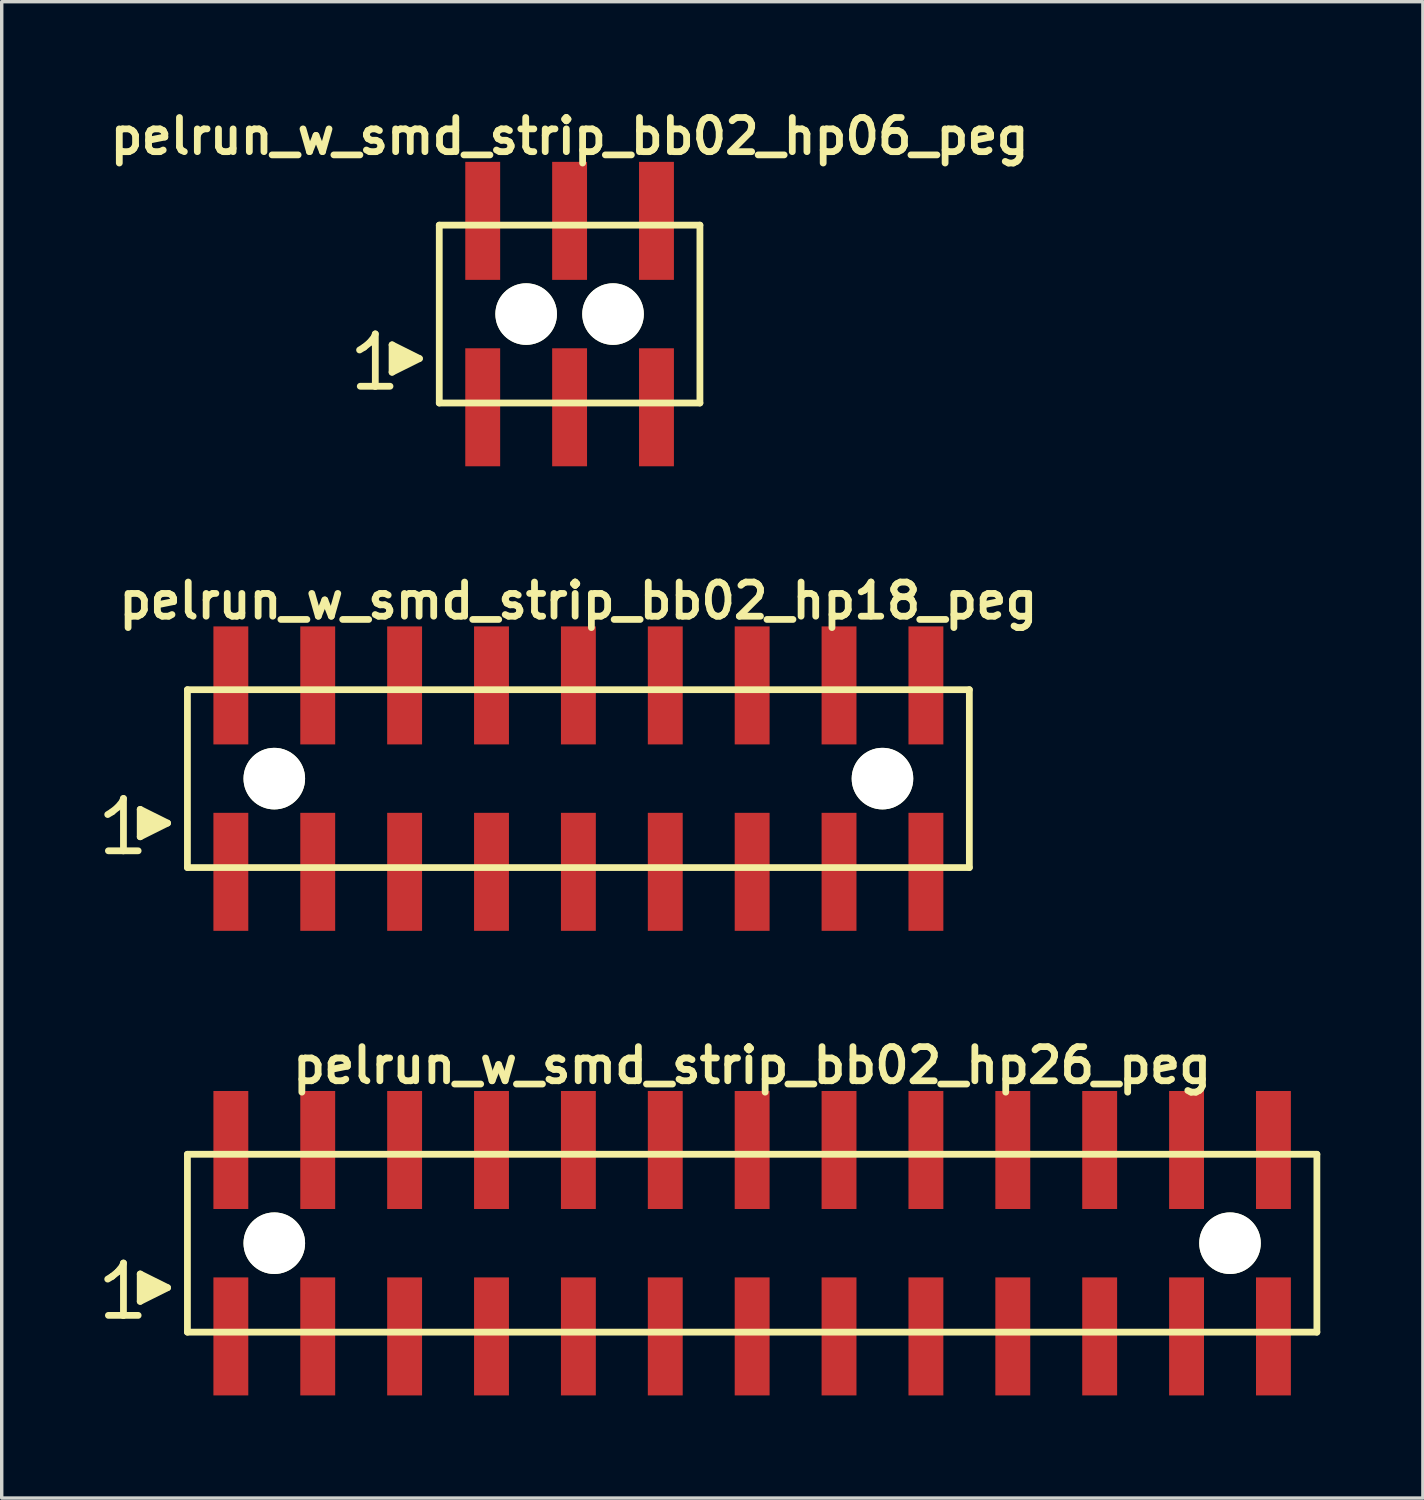
<source format=kicad_pcb>
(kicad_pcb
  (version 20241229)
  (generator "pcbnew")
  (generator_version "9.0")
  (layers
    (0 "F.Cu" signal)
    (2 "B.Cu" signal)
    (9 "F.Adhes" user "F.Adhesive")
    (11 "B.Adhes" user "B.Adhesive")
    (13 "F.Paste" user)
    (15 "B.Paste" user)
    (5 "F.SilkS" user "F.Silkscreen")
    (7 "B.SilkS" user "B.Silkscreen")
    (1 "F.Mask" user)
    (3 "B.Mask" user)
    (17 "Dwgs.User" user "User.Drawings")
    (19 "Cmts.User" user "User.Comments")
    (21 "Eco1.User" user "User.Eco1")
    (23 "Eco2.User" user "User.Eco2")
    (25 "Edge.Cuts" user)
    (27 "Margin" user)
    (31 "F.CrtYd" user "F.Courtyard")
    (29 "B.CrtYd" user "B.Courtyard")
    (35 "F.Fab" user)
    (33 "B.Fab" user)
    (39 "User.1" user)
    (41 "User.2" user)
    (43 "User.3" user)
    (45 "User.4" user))
  (footprint "pelrun_w_smd_strip_bb02_hp06_peg"
    (layer "F.Cu")
    (at 13.602 6.132)
    (property "Reference" "pelrun_w_smd_strip_bb02_hp06_peg" (at 0 -5.2 0) (layer "F.SilkS") (effects (font (size 0.998 0.998) (thickness 0.198))))
    (attr through_hole)
    (fp_line (start -6.14 1.05) (end -6.01 0.97) (stroke (width 0.198) (type solid)) (layer "F.SilkS"))
    (fp_line (start -6.01 0.97) (end -5.85 0.84) (stroke (width 0.198) (type solid)) (layer "F.SilkS"))
    (fp_line (start -5.85 0.84) (end -5.71 0.67) (stroke (width 0.198) (type solid)) (layer "F.SilkS"))
    (fp_line (start -5.71 0.67) (end -5.68 0.58) (stroke (width 0.198) (type solid)) (layer "F.SilkS"))
    (fp_line (start -5.68 0.58) (end -5.68 2.11) (stroke (width 0.198) (type solid)) (layer "F.SilkS"))
    (fp_line (start -5.68 2.11) (end -6.12 2.11) (stroke (width 0.198) (type solid)) (layer "F.SilkS"))
    (fp_line (start -5.25 2.11) (end -5.69 2.11) (stroke (width 0.198) (type solid)) (layer "F.SilkS"))
    (fp_line (start -5.19 0.9) (end -4.39 1.3) (stroke (width 0.198) (type solid)) (layer "F.SilkS"))
    (fp_line (start -5.19 1.7) (end -5.19 0.9) (stroke (width 0.198) (type solid)) (layer "F.SilkS"))
    (fp_line (start -5.09 1.6) (end -5.09 1) (stroke (width 0.198) (type solid)) (layer "F.SilkS"))
    (fp_line (start -4.99 1.1) (end -4.99 1.5) (stroke (width 0.198) (type solid)) (layer "F.SilkS"))
    (fp_line (start -4.89 1.5) (end -4.89 1.1) (stroke (width 0.198) (type solid)) (layer "F.SilkS"))
    (fp_line (start -4.79 1.2) (end -4.79 1.4) (stroke (width 0.198) (type solid)) (layer "F.SilkS"))
    (fp_line (start -4.69 1.4) (end -4.69 1.2) (stroke (width 0.198) (type solid)) (layer "F.SilkS"))
    (fp_line (start -4.39 1.3) (end -5.19 1.7) (stroke (width 0.198) (type solid)) (layer "F.SilkS"))
    (fp_line (start -3.81 -2.6) (end -3.81 2.6) (stroke (width 0.198) (type solid)) (layer "F.SilkS"))
    (fp_line (start -3.81 -2.6) (end 3.81 -2.6) (stroke (width 0.198) (type solid)) (layer "F.SilkS"))
    (fp_line (start 3.81 2.6) (end -3.81 2.6) (stroke (width 0.198) (type solid)) (layer "F.SilkS"))
    (fp_line (start 3.81 2.6) (end 3.81 -2.6) (stroke (width 0.198) (type solid)) (layer "F.SilkS"))
    (pad "" np_thru_hole circle (at -1.27 0) (size 1.8 1.8) (drill 1.8) (layers "*.Cu" "*.Mask" "F.SilkS"))
    (pad "" np_thru_hole circle (at 1.27 0) (size 1.8 1.8) (drill 1.8) (layers "*.Cu" "*.Mask" "F.SilkS"))
    (pad "1" smd rect (at -2.54 2.725) (size 1.02 3.45) (layers "F.Cu" "F.Mask" "F.Paste"))
    (pad "2" smd rect (at -2.54 -2.725) (size 1.02 3.45) (layers "F.Cu" "F.Mask" "F.Paste"))
    (pad "3" smd rect (at 0 2.725) (size 1.02 3.45) (layers "F.Cu" "F.Mask" "F.Paste"))
    (pad "4" smd rect (at 0 -2.725) (size 1.02 3.45) (layers "F.Cu" "F.Mask" "F.Paste"))
    (pad "5" smd rect (at 2.54 2.725) (size 1.02 3.45) (layers "F.Cu" "F.Mask" "F.Paste"))
    (pad "6" smd rect (at 2.54 -2.725) (size 1.02 3.45) (layers "F.Cu" "F.Mask" "F.Paste")))
  (footprint "pelrun_w_smd_strip_bb02_hp18_peg"
    (layer "F.Cu")
    (at 13.859 19.713)
    (property "Reference" "pelrun_w_smd_strip_bb02_hp18_peg" (at 0 -5.2 0) (layer "F.SilkS") (effects (font (size 0.998 0.998) (thickness 0.198))))
    (attr through_hole)
    (fp_line (start -13.76 1.05) (end -13.63 0.97) (stroke (width 0.198) (type solid)) (layer "F.SilkS"))
    (fp_line (start -13.63 0.97) (end -13.47 0.84) (stroke (width 0.198) (type solid)) (layer "F.SilkS"))
    (fp_line (start -13.47 0.84) (end -13.33 0.67) (stroke (width 0.198) (type solid)) (layer "F.SilkS"))
    (fp_line (start -13.33 0.67) (end -13.3 0.58) (stroke (width 0.198) (type solid)) (layer "F.SilkS"))
    (fp_line (start -13.3 0.58) (end -13.3 2.11) (stroke (width 0.198) (type solid)) (layer "F.SilkS"))
    (fp_line (start -13.3 2.11) (end -13.74 2.11) (stroke (width 0.198) (type solid)) (layer "F.SilkS"))
    (fp_line (start -12.87 2.11) (end -13.31 2.11) (stroke (width 0.198) (type solid)) (layer "F.SilkS"))
    (fp_line (start -12.81 0.9) (end -12.01 1.3) (stroke (width 0.198) (type solid)) (layer "F.SilkS"))
    (fp_line (start -12.81 1.7) (end -12.81 0.9) (stroke (width 0.198) (type solid)) (layer "F.SilkS"))
    (fp_line (start -12.71 1.6) (end -12.71 1) (stroke (width 0.198) (type solid)) (layer "F.SilkS"))
    (fp_line (start -12.61 1.1) (end -12.61 1.5) (stroke (width 0.198) (type solid)) (layer "F.SilkS"))
    (fp_line (start -12.51 1.5) (end -12.51 1.1) (stroke (width 0.198) (type solid)) (layer "F.SilkS"))
    (fp_line (start -12.41 1.2) (end -12.41 1.4) (stroke (width 0.198) (type solid)) (layer "F.SilkS"))
    (fp_line (start -12.31 1.4) (end -12.31 1.2) (stroke (width 0.198) (type solid)) (layer "F.SilkS"))
    (fp_line (start -12.01 1.3) (end -12.81 1.7) (stroke (width 0.198) (type solid)) (layer "F.SilkS"))
    (fp_line (start -11.43 -2.6) (end -11.43 2.6) (stroke (width 0.198) (type solid)) (layer "F.SilkS"))
    (fp_line (start -11.43 -2.6) (end 11.43 -2.6) (stroke (width 0.198) (type solid)) (layer "F.SilkS"))
    (fp_line (start 11.43 2.6) (end -11.43 2.6) (stroke (width 0.198) (type solid)) (layer "F.SilkS"))
    (fp_line (start 11.43 2.6) (end 11.43 -2.6) (stroke (width 0.198) (type solid)) (layer "F.SilkS"))
    (pad "" np_thru_hole circle (at -8.89 0) (size 1.8 1.8) (drill 1.8) (layers "*.Cu" "*.Mask" "F.SilkS"))
    (pad "" np_thru_hole circle (at 8.89 0) (size 1.8 1.8) (drill 1.8) (layers "*.Cu" "*.Mask" "F.SilkS"))
    (pad "1" smd rect (at -10.16 2.725) (size 1.02 3.45) (layers "F.Cu" "F.Mask" "F.Paste"))
    (pad "2" smd rect (at -10.16 -2.725) (size 1.02 3.45) (layers "F.Cu" "F.Mask" "F.Paste"))
    (pad "3" smd rect (at -7.62 2.725) (size 1.02 3.45) (layers "F.Cu" "F.Mask" "F.Paste"))
    (pad "4" smd rect (at -7.62 -2.725) (size 1.02 3.45) (layers "F.Cu" "F.Mask" "F.Paste"))
    (pad "5" smd rect (at -5.08 2.725) (size 1.02 3.45) (layers "F.Cu" "F.Mask" "F.Paste"))
    (pad "6" smd rect (at -5.08 -2.725) (size 1.02 3.45) (layers "F.Cu" "F.Mask" "F.Paste"))
    (pad "7" smd rect (at -2.54 2.725) (size 1.02 3.45) (layers "F.Cu" "F.Mask" "F.Paste"))
    (pad "8" smd rect (at -2.54 -2.725) (size 1.02 3.45) (layers "F.Cu" "F.Mask" "F.Paste"))
    (pad "9" smd rect (at 0 2.725) (size 1.02 3.45) (layers "F.Cu" "F.Mask" "F.Paste"))
    (pad "10" smd rect (at 0 -2.725) (size 1.02 3.45) (layers "F.Cu" "F.Mask" "F.Paste"))
    (pad "11" smd rect (at 2.54 2.725) (size 1.02 3.45) (layers "F.Cu" "F.Mask" "F.Paste"))
    (pad "12" smd rect (at 2.54 -2.725) (size 1.02 3.45) (layers "F.Cu" "F.Mask" "F.Paste"))
    (pad "13" smd rect (at 5.08 2.725) (size 1.02 3.45) (layers "F.Cu" "F.Mask" "F.Paste"))
    (pad "14" smd rect (at 5.08 -2.725) (size 1.02 3.45) (layers "F.Cu" "F.Mask" "F.Paste"))
    (pad "15" smd rect (at 7.62 2.725) (size 1.02 3.45) (layers "F.Cu" "F.Mask" "F.Paste"))
    (pad "16" smd rect (at 7.62 -2.725) (size 1.02 3.45) (layers "F.Cu" "F.Mask" "F.Paste"))
    (pad "17" smd rect (at 10.16 2.725) (size 1.02 3.45) (layers "F.Cu" "F.Mask" "F.Paste"))
    (pad "18" smd rect (at 10.16 -2.725) (size 1.02 3.45) (layers "F.Cu" "F.Mask" "F.Paste")))
  (footprint "pelrun_w_smd_strip_bb02_hp26_peg"
    (layer "F.Cu")
    (at 18.939 33.295)
    (property "Reference" "pelrun_w_smd_strip_bb02_hp26_peg" (at 0 -5.2 0) (layer "F.SilkS") (effects (font (size 0.998 0.998) (thickness 0.198))))
    (attr through_hole)
    (fp_line (start -18.84 1.05) (end -18.71 0.97) (stroke (width 0.198) (type solid)) (layer "F.SilkS"))
    (fp_line (start -18.71 0.97) (end -18.55 0.84) (stroke (width 0.198) (type solid)) (layer "F.SilkS"))
    (fp_line (start -18.55 0.84) (end -18.41 0.67) (stroke (width 0.198) (type solid)) (layer "F.SilkS"))
    (fp_line (start -18.41 0.67) (end -18.38 0.58) (stroke (width 0.198) (type solid)) (layer "F.SilkS"))
    (fp_line (start -18.38 0.58) (end -18.38 2.11) (stroke (width 0.198) (type solid)) (layer "F.SilkS"))
    (fp_line (start -18.38 2.11) (end -18.82 2.11) (stroke (width 0.198) (type solid)) (layer "F.SilkS"))
    (fp_line (start -17.95 2.11) (end -18.39 2.11) (stroke (width 0.198) (type solid)) (layer "F.SilkS"))
    (fp_line (start -17.89 0.9) (end -17.09 1.3) (stroke (width 0.198) (type solid)) (layer "F.SilkS"))
    (fp_line (start -17.89 1.7) (end -17.89 0.9) (stroke (width 0.198) (type solid)) (layer "F.SilkS"))
    (fp_line (start -17.79 1.6) (end -17.79 1) (stroke (width 0.198) (type solid)) (layer "F.SilkS"))
    (fp_line (start -17.69 1.1) (end -17.69 1.5) (stroke (width 0.198) (type solid)) (layer "F.SilkS"))
    (fp_line (start -17.59 1.5) (end -17.59 1.1) (stroke (width 0.198) (type solid)) (layer "F.SilkS"))
    (fp_line (start -17.49 1.2) (end -17.49 1.4) (stroke (width 0.198) (type solid)) (layer "F.SilkS"))
    (fp_line (start -17.39 1.4) (end -17.39 1.2) (stroke (width 0.198) (type solid)) (layer "F.SilkS"))
    (fp_line (start -17.09 1.3) (end -17.89 1.7) (stroke (width 0.198) (type solid)) (layer "F.SilkS"))
    (fp_line (start -16.51 -2.6) (end -16.51 2.6) (stroke (width 0.198) (type solid)) (layer "F.SilkS"))
    (fp_line (start -16.51 -2.6) (end 16.51 -2.6) (stroke (width 0.198) (type solid)) (layer "F.SilkS"))
    (fp_line (start 16.51 2.6) (end -16.51 2.6) (stroke (width 0.198) (type solid)) (layer "F.SilkS"))
    (fp_line (start 16.51 2.6) (end 16.51 -2.6) (stroke (width 0.198) (type solid)) (layer "F.SilkS"))
    (pad "" np_thru_hole circle (at -13.97 0) (size 1.8 1.8) (drill 1.8) (layers "*.Cu" "*.Mask" "F.SilkS"))
    (pad "" np_thru_hole circle (at 13.97 0) (size 1.8 1.8) (drill 1.8) (layers "*.Cu" "*.Mask" "F.SilkS"))
    (pad "1" smd rect (at -15.24 2.725) (size 1.02 3.45) (layers "F.Cu" "F.Mask" "F.Paste"))
    (pad "2" smd rect (at -15.24 -2.725) (size 1.02 3.45) (layers "F.Cu" "F.Mask" "F.Paste"))
    (pad "3" smd rect (at -12.7 2.725) (size 1.02 3.45) (layers "F.Cu" "F.Mask" "F.Paste"))
    (pad "4" smd rect (at -12.7 -2.725) (size 1.02 3.45) (layers "F.Cu" "F.Mask" "F.Paste"))
    (pad "5" smd rect (at -10.16 2.725) (size 1.02 3.45) (layers "F.Cu" "F.Mask" "F.Paste"))
    (pad "6" smd rect (at -10.16 -2.725) (size 1.02 3.45) (layers "F.Cu" "F.Mask" "F.Paste"))
    (pad "7" smd rect (at -7.62 2.725) (size 1.02 3.45) (layers "F.Cu" "F.Mask" "F.Paste"))
    (pad "8" smd rect (at -7.62 -2.725) (size 1.02 3.45) (layers "F.Cu" "F.Mask" "F.Paste"))
    (pad "9" smd rect (at -5.08 2.725) (size 1.02 3.45) (layers "F.Cu" "F.Mask" "F.Paste"))
    (pad "10" smd rect (at -5.08 -2.725) (size 1.02 3.45) (layers "F.Cu" "F.Mask" "F.Paste"))
    (pad "11" smd rect (at -2.54 2.725) (size 1.02 3.45) (layers "F.Cu" "F.Mask" "F.Paste"))
    (pad "12" smd rect (at -2.54 -2.725) (size 1.02 3.45) (layers "F.Cu" "F.Mask" "F.Paste"))
    (pad "13" smd rect (at 0 2.725) (size 1.02 3.45) (layers "F.Cu" "F.Mask" "F.Paste"))
    (pad "14" smd rect (at 0 -2.725) (size 1.02 3.45) (layers "F.Cu" "F.Mask" "F.Paste"))
    (pad "15" smd rect (at 2.54 2.725) (size 1.02 3.45) (layers "F.Cu" "F.Mask" "F.Paste"))
    (pad "16" smd rect (at 2.54 -2.725) (size 1.02 3.45) (layers "F.Cu" "F.Mask" "F.Paste"))
    (pad "17" smd rect (at 5.08 2.725) (size 1.02 3.45) (layers "F.Cu" "F.Mask" "F.Paste"))
    (pad "18" smd rect (at 5.08 -2.725) (size 1.02 3.45) (layers "F.Cu" "F.Mask" "F.Paste"))
    (pad "19" smd rect (at 7.62 2.725) (size 1.02 3.45) (layers "F.Cu" "F.Mask" "F.Paste"))
    (pad "20" smd rect (at 7.62 -2.725) (size 1.02 3.45) (layers "F.Cu" "F.Mask" "F.Paste"))
    (pad "21" smd rect (at 10.16 2.725) (size 1.02 3.45) (layers "F.Cu" "F.Mask" "F.Paste"))
    (pad "22" smd rect (at 10.16 -2.725) (size 1.02 3.45) (layers "F.Cu" "F.Mask" "F.Paste"))
    (pad "23" smd rect (at 12.7 2.725) (size 1.02 3.45) (layers "F.Cu" "F.Mask" "F.Paste"))
    (pad "24" smd rect (at 12.7 -2.725) (size 1.02 3.45) (layers "F.Cu" "F.Mask" "F.Paste"))
    (pad "25" smd rect (at 15.24 2.725) (size 1.02 3.45) (layers "F.Cu" "F.Mask" "F.Paste"))
    (pad "26" smd rect (at 15.24 -2.725) (size 1.02 3.45) (layers "F.Cu" "F.Mask" "F.Paste")))
  (gr_rect
    (start -3 -3)
    (end 38.548 40.745)
    (stroke (width 0.1) (type default))
    (fill no)
    (layer "Edge.Cuts")))
</source>
